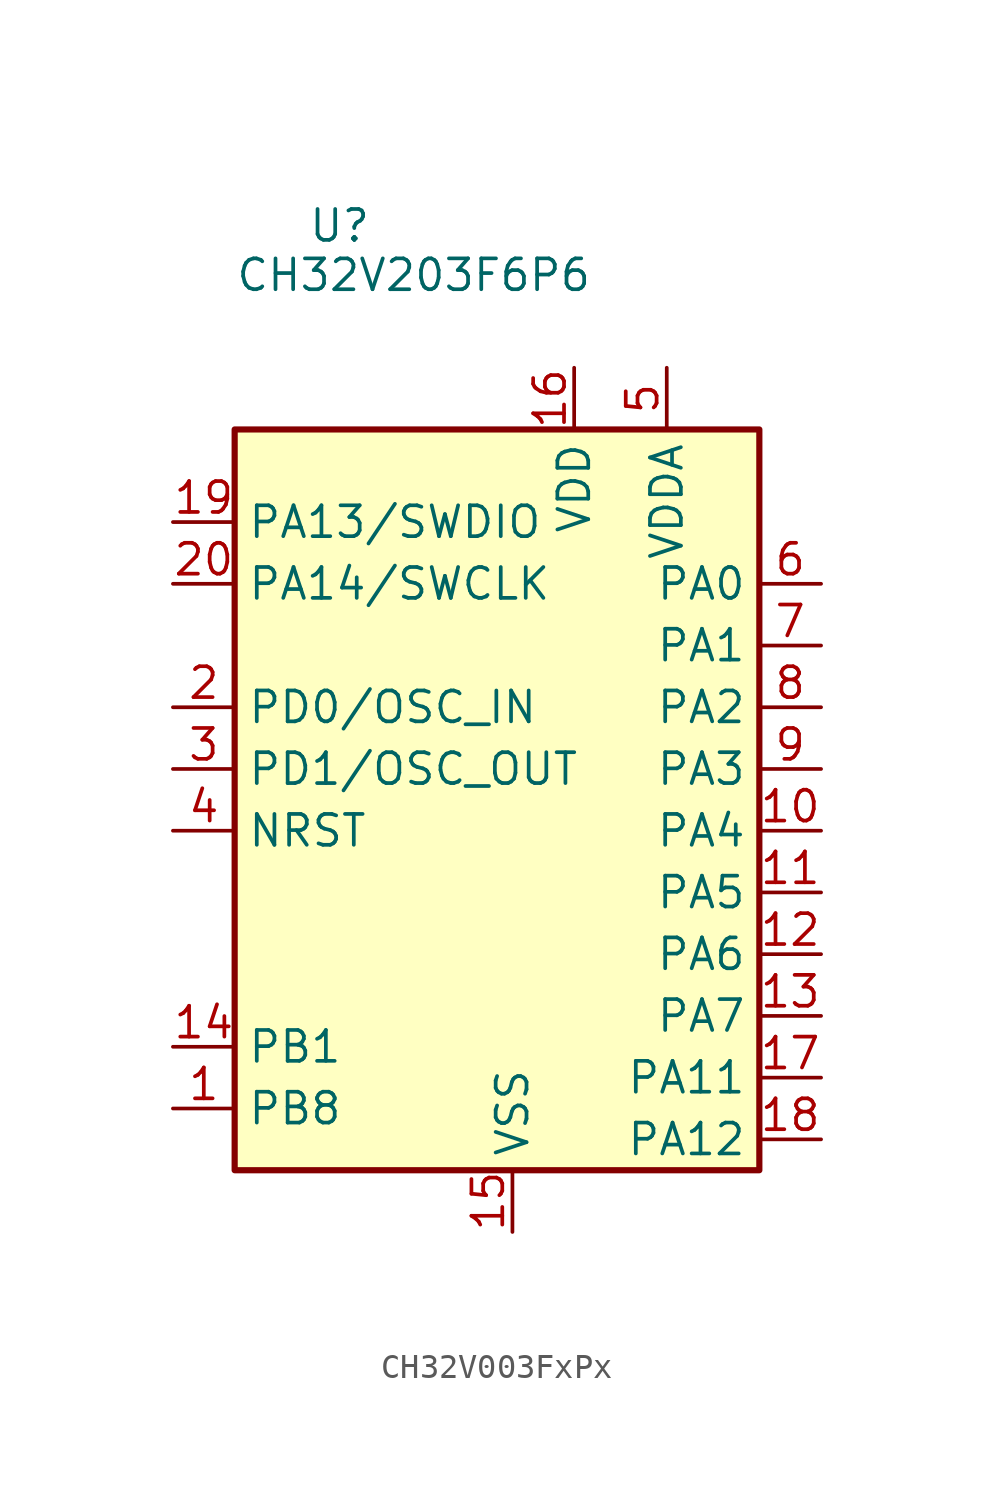
<source format=kicad_sym>
(kicad_symbol_lib
  (version 20231120)
  (generator "kicad_symbol_editor")
  (generator_version "8.0")
  (symbol "CH32V003FxPx"
    (property "Reference" "U"
      (at -5.842 22.352 0)
      (effects (font (size 1.27 1.27))))
    (property "Value" "CH32V203F6P6"
      (at -2.794 20.32 0)
      (effects (font (size 1.27 1.27))))
    (symbol "CH32V003FxPx_1_1"
      (rectangle (start -10.16 13.97) (end 11.43 -16.51) (stroke (width 0.254) (type default)) (fill (type background)))
      (pin bidirectional line (at -12.7 -13.97 0) (length 2.54) (name "PB8" (effects (font (size 1.27 1.27)))) (number "1" (effects (font (size 1.27 1.27)))) (alternate "A7" bidirectional line) (alternate "OPO" bidirectional line) (alternate "T1CH4_3" bidirectional line) (alternate "T2CH1ETR" bidirectional line) (alternate "TIETR_2" bidirectional line) (alternate "UCK" bidirectional line))
      (pin bidirectional line (at 13.97 -2.54 180) (length 2.54) (name "PA4" (effects (font (size 1.27 1.27)))) (number "10" (effects (font (size 1.27 1.27)))) (alternate "NSS_1" bidirectional line) (alternate "T1CH3_1" bidirectional line) (alternate "T2CH3" bidirectional line) (alternate "T2CH3_2" bidirectional line) (alternate "UTX_3" bidirectional line))
      (pin bidirectional line (at 13.97 -5.08 180) (length 2.54) (name "PA5" (effects (font (size 1.27 1.27)))) (number "11" (effects (font (size 1.27 1.27)))) (alternate "NSS" bidirectional line) (alternate "SDA" bidirectional line) (alternate "T1BKIN_1" bidirectional line) (alternate "T1BKIN_3" bidirectional line) (alternate "T2CH1ETR_2" bidirectional line) (alternate "T2CH1ETR_3" bidirectional line) (alternate "T2CH4_1" bidirectional line) (alternate "URX_3" bidirectional line))
      (pin bidirectional line (at 13.97 -7.62 180) (length 2.54) (name "PA6" (effects (font (size 1.27 1.27)))) (number "12" (effects (font (size 1.27 1.27)))) (alternate "AETR_1" bidirectional line) (alternate "SCL" bidirectional line) (alternate "T1BKIN" bidirectional line) (alternate "T1BKIN_2" bidirectional line) (alternate "T1ETR_3" bidirectional line) (alternate "T2CH2_1" bidirectional line) (alternate "URTS" bidirectional line) (alternate "URTS_1" bidirectional line))
      (pin bidirectional line (at 13.97 -10.16 180) (length 2.54) (name "PA7" (effects (font (size 1.27 1.27)))) (number "13" (effects (font (size 1.27 1.27)))) (alternate "T1CH1N_1" bidirectional line) (alternate "T1CH1N_3" bidirectional line) (alternate "T1CH3" bidirectional line) (alternate "T1CH3_2" bidirectional line) (alternate "UCTS_1" bidirectional line))
      (pin bidirectional line (at -12.7 -11.43 0) (length 2.54) (name "PB1" (effects (font (size 1.27 1.27)))) (number "14" (effects (font (size 1.27 1.27)))) (alternate "A2" bidirectional line) (alternate "MCO" bidirectional line) (alternate "T1CH1_3" bidirectional line) (alternate "T1CH2N_1" bidirectional line) (alternate "T1CH4" bidirectional line) (alternate "T1CH4_2" bidirectional line))
      (pin bidirectional line (at 1.27 -19.05 90) (length 2.54) (name "VSS" (effects (font (size 1.27 1.27)))) (number "15" (effects (font (size 1.27 1.27)))) (alternate "SCK" bidirectional line) (alternate "SCK_1" bidirectional line) (alternate "SCL_2" bidirectional line) (alternate "SCL_3" bidirectional line) (alternate "T1CH3_3" bidirectional line) (alternate "T1ETR" bidirectional line) (alternate "T1ETR_1" bidirectional line) (alternate "T2CH1ETR_1" bidirectional line) (alternate "UCK_3" bidirectional line))
      (pin bidirectional line (at 3.81 16.51 270) (length 2.54) (name "VDD" (effects (font (size 1.27 1.27)))) (number "16" (effects (font (size 1.27 1.27)))) (alternate "MOSI" bidirectional line) (alternate "MOSI_1" bidirectional line) (alternate "SDA_2" bidirectional line) (alternate "SDA_3" bidirectional line) (alternate "T1CH1_1" bidirectional line) (alternate "T1CH3N_3" bidirectional line) (alternate "UCTS_2" bidirectional line) (alternate "UCTS_3" bidirectional line))
      (pin bidirectional line (at 13.97 -12.7 180) (length 2.54) (name "PA11" (effects (font (size 1.27 1.27)))) (number "17" (effects (font (size 1.27 1.27)))) (alternate "MISO" bidirectional line) (alternate "MISO_1" bidirectional line) (alternate "T1CH2_1" bidirectional line) (alternate "T1CH2_3" bidirectional line) (alternate "T2CH2_3" bidirectional line) (alternate "URTS_2" bidirectional line) (alternate "URTS_3" bidirectional line))
      (pin bidirectional line (at 13.97 -15.24 180) (length 2.54) (name "PA12" (effects (font (size 1.27 1.27)))) (number "18" (effects (font (size 1.27 1.27)))) (alternate "AETR2" bidirectional line) (alternate "SCL_1" bidirectional line) (alternate "SWIO" bidirectional line) (alternate "T1CH3N" bidirectional line) (alternate "T1CH3N_1" bidirectional line) (alternate "T1CH3N_2" bidirectional line) (alternate "URX_1" bidirectional line))
      (pin bidirectional line (at -12.7 10.16 0) (length 2.54) (name "PA13/SWDIO" (effects (font (size 1.27 1.27)))) (number "19" (effects (font (size 1.27 1.27)))) (alternate "A3" bidirectional line) (alternate "T1CH1" bidirectional line) (alternate "T1CH1_2" bidirectional line) (alternate "T1CH2N_3" bidirectional line) (alternate "T2CH3_1" bidirectional line))
      (pin bidirectional line (at -12.7 2.54 0) (length 2.54) (name "PD0/OSC_IN" (effects (font (size 1.27 1.27)))) (number "2" (effects (font (size 1.27 1.27)))) (alternate "A5" bidirectional line) (alternate "T2CH4_3" bidirectional line) (alternate "URX_2" bidirectional line) (alternate "UTX" bidirectional line))
      (pin bidirectional line (at -12.7 7.62 0) (length 2.54) (name "PA14/SWCLK" (effects (font (size 1.27 1.27)))) (number "20" (effects (font (size 1.27 1.27)))) (alternate "A4" bidirectional line) (alternate "AETR" bidirectional line) (alternate "T1CH4_1" bidirectional line) (alternate "T2CH2" bidirectional line) (alternate "T2CH2_2" bidirectional line) (alternate "UCTS" bidirectional line))
      (pin bidirectional line (at -12.7 0 0) (length 2.54) (name "PD1/OSC_OUT" (effects (font (size 1.27 1.27)))) (number "3" (effects (font (size 1.27 1.27)))) (alternate "A6" bidirectional line) (alternate "T2CH3_3" bidirectional line) (alternate "URX" bidirectional line) (alternate "UTX_2" bidirectional line))
      (pin bidirectional line (at -12.7 -2.54 0) (length 2.54) (name "NRST" (effects (font (size 1.27 1.27)))) (number "4" (effects (font (size 1.27 1.27)))) (alternate "NRST" bidirectional line) (alternate "OPP1" bidirectional line) (alternate "T2CH4" bidirectional line) (alternate "T2CH4_2" bidirectional line) (alternate "UCK_1" bidirectional line) (alternate "UCK_2" bidirectional line))
      (pin bidirectional line (at 7.62 16.51 270) (length 2.54) (name "VDDA" (effects (font (size 1.27 1.27)))) (number "5" (effects (font (size 1.27 1.27)))) (alternate "A1" bidirectional line) (alternate "OPN0" bidirectional line) (alternate "OSCI" bidirectional line) (alternate "T1CH2" bidirectional line) (alternate "T1CH2_2" bidirectional line))
      (pin bidirectional line (at 13.97 7.62 180) (length 2.54) (name "PA0" (effects (font (size 1.27 1.27)))) (number "6" (effects (font (size 1.27 1.27)))) (alternate "A0" bidirectional line) (alternate "AETR2_1" bidirectional line) (alternate "OPP0" bidirectional line) (alternate "OSCO" bidirectional line) (alternate "TICH2N" bidirectional line) (alternate "TICH2N_2" bidirectional line))
      (pin power_in line (at 13.97 5.08 180) (length 2.54) (name "PA1" (effects (font (size 1.27 1.27)))) (number "7" (effects (font (size 1.27 1.27)))))
      (pin bidirectional line (at 13.97 2.54 180) (length 2.54) (name "PA2" (effects (font (size 1.27 1.27)))) (number "8" (effects (font (size 1.27 1.27)))) (alternate "OPN1" bidirectional line) (alternate "SDA_1" bidirectional line) (alternate "TICH1N" bidirectional line) (alternate "TICH1N_2" bidirectional line) (alternate "UTX_1" bidirectional line))
      (pin power_in line (at 13.97 0 180) (length 2.54) (name "PA3" (effects (font (size 1.27 1.27)))) (number "9" (effects (font (size 1.27 1.27))))))))
</source>
